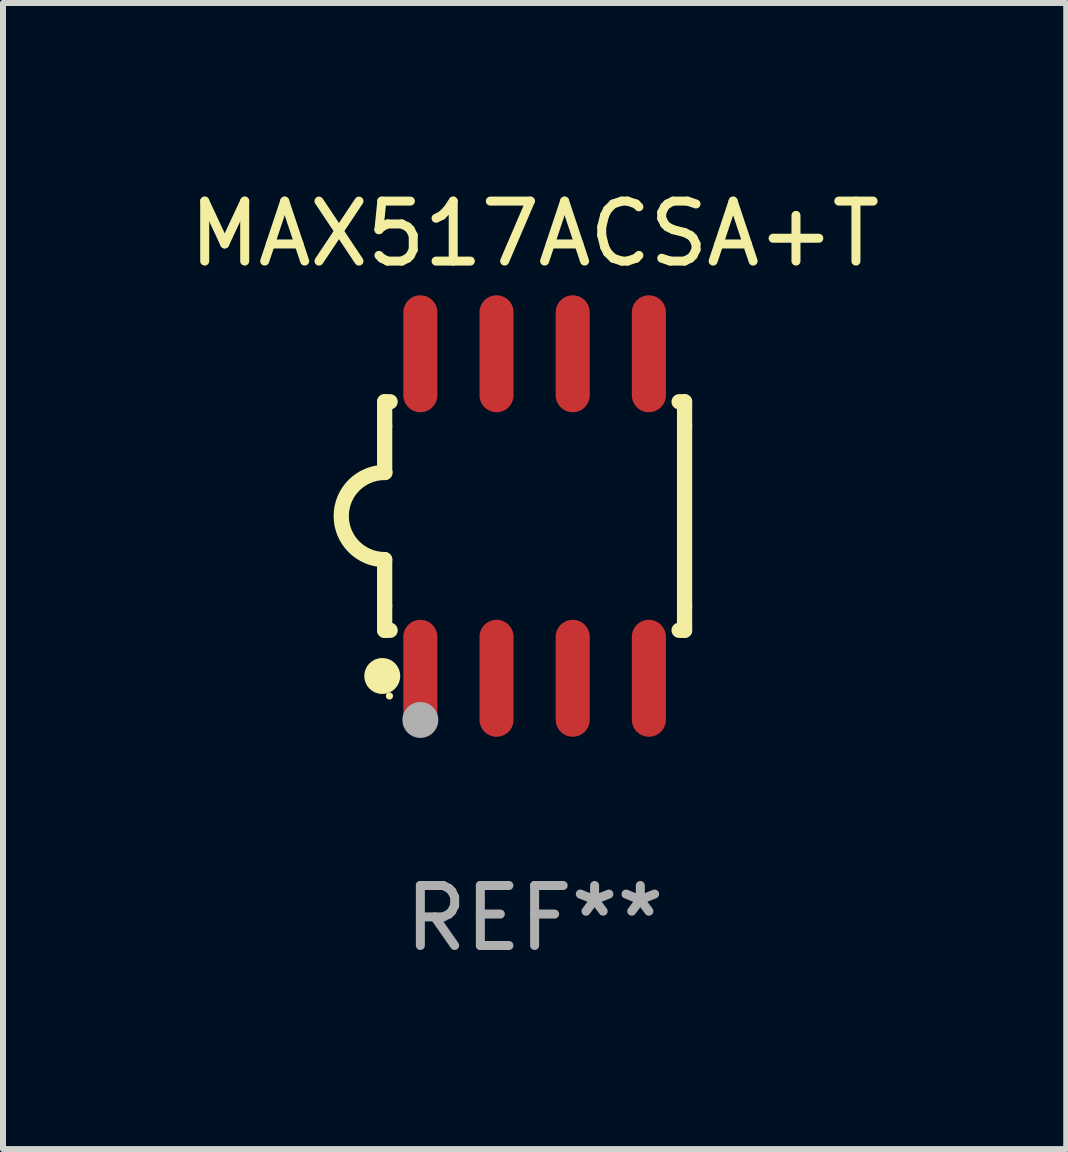
<source format=kicad_pcb>
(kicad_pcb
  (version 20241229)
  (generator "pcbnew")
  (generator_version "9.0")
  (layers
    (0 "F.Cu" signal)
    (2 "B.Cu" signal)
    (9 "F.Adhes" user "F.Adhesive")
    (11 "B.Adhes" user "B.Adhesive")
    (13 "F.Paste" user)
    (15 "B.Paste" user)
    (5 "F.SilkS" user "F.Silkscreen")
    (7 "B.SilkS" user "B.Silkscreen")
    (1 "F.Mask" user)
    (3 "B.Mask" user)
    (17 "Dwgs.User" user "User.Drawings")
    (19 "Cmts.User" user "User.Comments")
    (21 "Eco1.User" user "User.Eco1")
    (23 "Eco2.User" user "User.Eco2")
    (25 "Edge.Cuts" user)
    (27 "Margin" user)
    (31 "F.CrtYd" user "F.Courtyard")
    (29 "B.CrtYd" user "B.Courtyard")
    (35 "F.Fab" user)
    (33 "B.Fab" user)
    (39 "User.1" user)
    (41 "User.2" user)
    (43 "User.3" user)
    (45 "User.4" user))
  (footprint "MAX517ACSA+T"
    (layer "F.Cu")
    (at 5.863 5.553)
    (property "Reference" "MAX517ACSA+T" (at 0 -4.705 0) (layer "F.SilkS") (effects (font (size 1 1) (thickness 0.15))))
    (attr through_hole)
    (fp_line (start -2.5 -1.905) (end -2.409 -1.905) (stroke (width 0.254) (type solid)) (layer "F.SilkS"))
    (fp_line (start -2.5 -1.5) (end -2.5 -1.905) (stroke (width 0.254) (type solid)) (layer "F.SilkS"))
    (fp_line (start -2.5 -1.5) (end -2.5 -0.726) (stroke (width 0.254) (type solid)) (layer "F.SilkS"))
    (fp_line (start -2.5 1.5) (end -2.5 0.727) (stroke (width 0.254) (type solid)) (layer "F.SilkS"))
    (fp_line (start -2.5 1.5) (end -2.5 1.905) (stroke (width 0.254) (type solid)) (layer "F.SilkS"))
    (fp_line (start -2.5 1.905) (end -2.409 1.905) (stroke (width 0.254) (type solid)) (layer "F.SilkS"))
    (fp_line (start 2.5 -1.905) (end 2.409 -1.905) (stroke (width 0.254) (type solid)) (layer "F.SilkS"))
    (fp_line (start 2.5 -1.5) (end 2.5 -1.905) (stroke (width 0.254) (type solid)) (layer "F.SilkS"))
    (fp_line (start 2.5 -1.5) (end 2.5 1.5) (stroke (width 0.254) (type solid)) (layer "F.SilkS"))
    (fp_line (start 2.5 1.5) (end 2.5 1.905) (stroke (width 0.254) (type solid)) (layer "F.SilkS"))
    (fp_line (start 2.5 1.905) (end 2.409 1.905) (stroke (width 0.254) (type solid)) (layer "F.SilkS"))
    (fp_arc (start -2.5 0.726568) (mid -3.220316 -0.0023) (end -2.495097 -0.726289) (stroke (width 0.254001) (type solid)) (layer "F.SilkS"))
    (fp_circle (center -2.54 2.667) (end -2.39 2.667) (stroke (width 0.3) (type solid)) (fill no) (layer "F.SilkS"))
    (fp_circle (center -2.42 3) (end -2.39 3) (stroke (width 0.06) (type solid)) (fill no) (layer "F.SilkS"))
    (fp_circle (center -1.905 3.4) (end -1.755 3.4) (stroke (width 0.3) (type solid)) (fill no) (layer "F.Fab"))
    (fp_text user "REF**" (at 0 6.705 0) (layer "F.Fab") (effects (font (size 1 1) (thickness 0.15))))
    (pad "1" smd oval (at -1.905 2.705) (size 0.568 1.95) (layers "F.Cu" "F.Mask" "F.Paste"))
    (pad "2" smd oval (at -0.635 2.705) (size 0.568 1.95) (layers "F.Cu" "F.Mask" "F.Paste"))
    (pad "3" smd oval (at 0.635 2.705) (size 0.568 1.95) (layers "F.Cu" "F.Mask" "F.Paste"))
    (pad "4" smd oval (at 1.905 2.705) (size 0.568 1.95) (layers "F.Cu" "F.Mask" "F.Paste"))
    (pad "5" smd oval (at 1.905 -2.705) (size 0.568 1.95) (layers "F.Cu" "F.Mask" "F.Paste"))
    (pad "6" smd oval (at 0.635 -2.705) (size 0.568 1.95) (layers "F.Cu" "F.Mask" "F.Paste"))
    (pad "7" smd oval (at -0.635 -2.705) (size 0.568 1.95) (layers "F.Cu" "F.Mask" "F.Paste"))
    (pad "8" smd oval (at -1.905 -2.705) (size 0.568 1.95) (layers "F.Cu" "F.Mask" "F.Paste")))
  (gr_rect
    (start -3 -3)
    (end 14.726 16.107)
    (stroke (width 0.1) (type default))
    (fill no)
    (layer "Edge.Cuts")))
</source>
